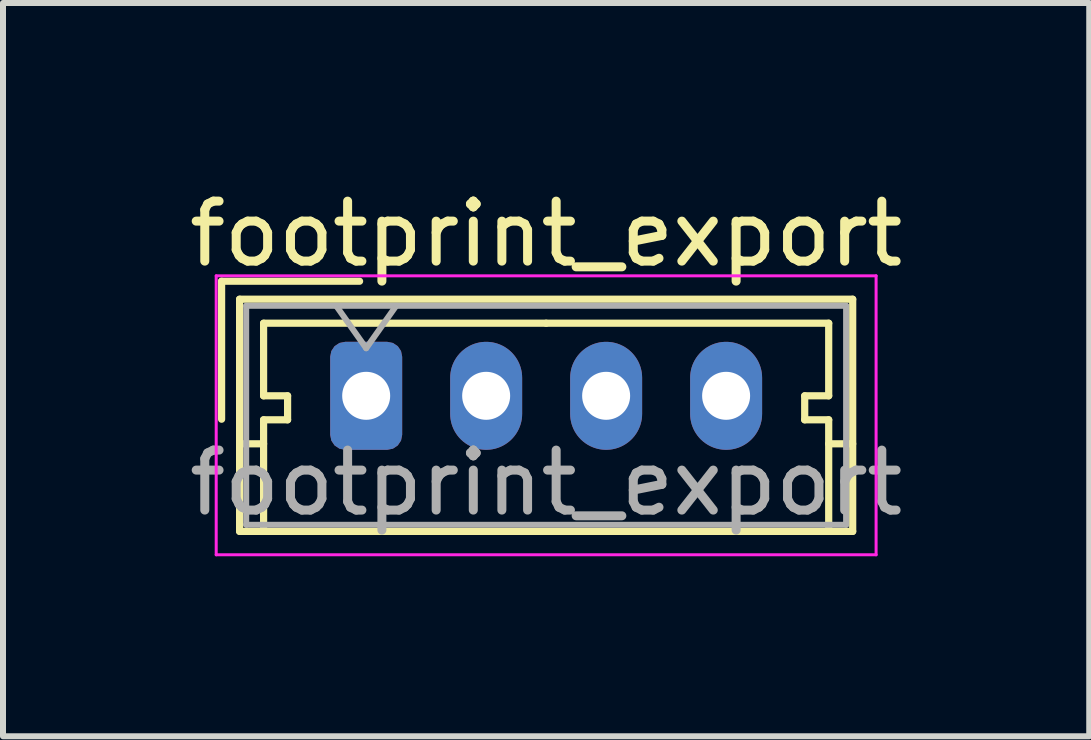
<source format=kicad_pcb>
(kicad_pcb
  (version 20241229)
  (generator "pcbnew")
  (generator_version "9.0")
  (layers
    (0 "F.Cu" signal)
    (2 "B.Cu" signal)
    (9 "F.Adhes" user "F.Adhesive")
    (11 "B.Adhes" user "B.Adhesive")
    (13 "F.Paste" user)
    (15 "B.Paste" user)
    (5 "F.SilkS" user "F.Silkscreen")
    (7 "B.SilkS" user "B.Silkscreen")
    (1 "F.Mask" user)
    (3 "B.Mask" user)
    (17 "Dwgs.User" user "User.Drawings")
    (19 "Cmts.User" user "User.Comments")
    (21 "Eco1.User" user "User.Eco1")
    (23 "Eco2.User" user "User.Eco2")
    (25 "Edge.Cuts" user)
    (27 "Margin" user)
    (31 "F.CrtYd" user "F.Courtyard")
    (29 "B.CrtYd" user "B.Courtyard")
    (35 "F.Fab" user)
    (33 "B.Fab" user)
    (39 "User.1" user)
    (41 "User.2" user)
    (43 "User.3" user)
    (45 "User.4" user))
  (footprint "footprint_export"
    (layer "F.Cu")
    (at 3.054 3.548)
    (property "Reference" "footprint_export" (at 3 -2.7 0) (layer "F.SilkS") (effects (font (size 1 1) (thickness 0.15))))
    (attr through_hole)
    (fp_line (start -2.41 -1.91) (end -2.41 0.39) (stroke (width 0.12) (type solid)) (layer "F.SilkS"))
    (fp_line (start -2.11 -1.61) (end -2.11 2.26) (stroke (width 0.12) (type solid)) (layer "F.SilkS"))
    (fp_line (start -2.11 0.8) (end -1.71 0.8) (stroke (width 0.12) (type solid)) (layer "F.SilkS"))
    (fp_line (start -2.11 2.26) (end 8.11 2.26) (stroke (width 0.12) (type solid)) (layer "F.SilkS"))
    (fp_line (start -1.71 -1.21) (end -1.71 0) (stroke (width 0.12) (type solid)) (layer "F.SilkS"))
    (fp_line (start -1.71 0) (end -1.31 0) (stroke (width 0.12) (type solid)) (layer "F.SilkS"))
    (fp_line (start -1.71 0.4) (end -1.71 2.26) (stroke (width 0.12) (type solid)) (layer "F.SilkS"))
    (fp_line (start -1.31 0) (end -1.31 0.4) (stroke (width 0.12) (type solid)) (layer "F.SilkS"))
    (fp_line (start -1.31 0.4) (end -1.71 0.4) (stroke (width 0.12) (type solid)) (layer "F.SilkS"))
    (fp_line (start -0.11 -1.91) (end -2.41 -1.91) (stroke (width 0.12) (type solid)) (layer "F.SilkS"))
    (fp_line (start 3 -1.21) (end -1.71 -1.21) (stroke (width 0.12) (type solid)) (layer "F.SilkS"))
    (fp_line (start 3 -1.21) (end 7.71 -1.21) (stroke (width 0.12) (type solid)) (layer "F.SilkS"))
    (fp_line (start 7.31 0) (end 7.31 0.4) (stroke (width 0.12) (type solid)) (layer "F.SilkS"))
    (fp_line (start 7.31 0.4) (end 7.71 0.4) (stroke (width 0.12) (type solid)) (layer "F.SilkS"))
    (fp_line (start 7.71 -1.21) (end 7.71 0) (stroke (width 0.12) (type solid)) (layer "F.SilkS"))
    (fp_line (start 7.71 0) (end 7.31 0) (stroke (width 0.12) (type solid)) (layer "F.SilkS"))
    (fp_line (start 7.71 0.4) (end 7.71 2.26) (stroke (width 0.12) (type solid)) (layer "F.SilkS"))
    (fp_line (start 8.11 -1.61) (end -2.11 -1.61) (stroke (width 0.12) (type solid)) (layer "F.SilkS"))
    (fp_line (start 8.11 0.8) (end 7.71 0.8) (stroke (width 0.12) (type solid)) (layer "F.SilkS"))
    (fp_line (start 8.11 2.26) (end 8.11 -1.61) (stroke (width 0.12) (type solid)) (layer "F.SilkS"))
    (fp_line (start -2.5 -2) (end -2.5 2.65) (stroke (width 0.05) (type solid)) (layer "F.CrtYd"))
    (fp_line (start -2.5 2.65) (end 8.5 2.65) (stroke (width 0.05) (type solid)) (layer "F.CrtYd"))
    (fp_line (start 8.5 -2) (end -2.5 -2) (stroke (width 0.05) (type solid)) (layer "F.CrtYd"))
    (fp_line (start 8.5 2.65) (end 8.5 -2) (stroke (width 0.05) (type solid)) (layer "F.CrtYd"))
    (fp_line (start -2 -1.5) (end -2 2.15) (stroke (width 0.1) (type solid)) (layer "F.Fab"))
    (fp_line (start -2 2.15) (end 8 2.15) (stroke (width 0.1) (type solid)) (layer "F.Fab"))
    (fp_line (start -0.5 -1.5) (end 0 -0.793) (stroke (width 0.1) (type solid)) (layer "F.Fab"))
    (fp_line (start 0 -0.793) (end 0.5 -1.5) (stroke (width 0.1) (type solid)) (layer "F.Fab"))
    (fp_line (start 8 -1.5) (end -2 -1.5) (stroke (width 0.1) (type solid)) (layer "F.Fab"))
    (fp_line (start 8 2.15) (end 8 -1.5) (stroke (width 0.1) (type solid)) (layer "F.Fab"))
    (fp_text user "${REFERENCE}" (at 3 1.45 0) (layer "F.Fab") (effects (font (size 1 1) (thickness 0.15))))
    (pad "1" thru_hole roundrect (at 0 0) (size 1.2 1.8) (drill 0.8) (layers "*.Cu" "*.Mask") (roundrect_rratio 0.208))
    (pad "2" thru_hole oval (at 2 0) (size 1.2 1.8) (drill 0.8) (layers "*.Cu" "*.Mask"))
    (pad "3" thru_hole oval (at 4 0) (size 1.2 1.8) (drill 0.8) (layers "*.Cu" "*.Mask"))
    (pad "4" thru_hole oval (at 6 0) (size 1.2 1.8) (drill 0.8) (layers "*.Cu" "*.Mask")))
  (gr_rect
    (start -3 -3)
    (end 15.107 9.223)
    (stroke (width 0.1) (type default))
    (fill no)
    (layer "Edge.Cuts")))
</source>
